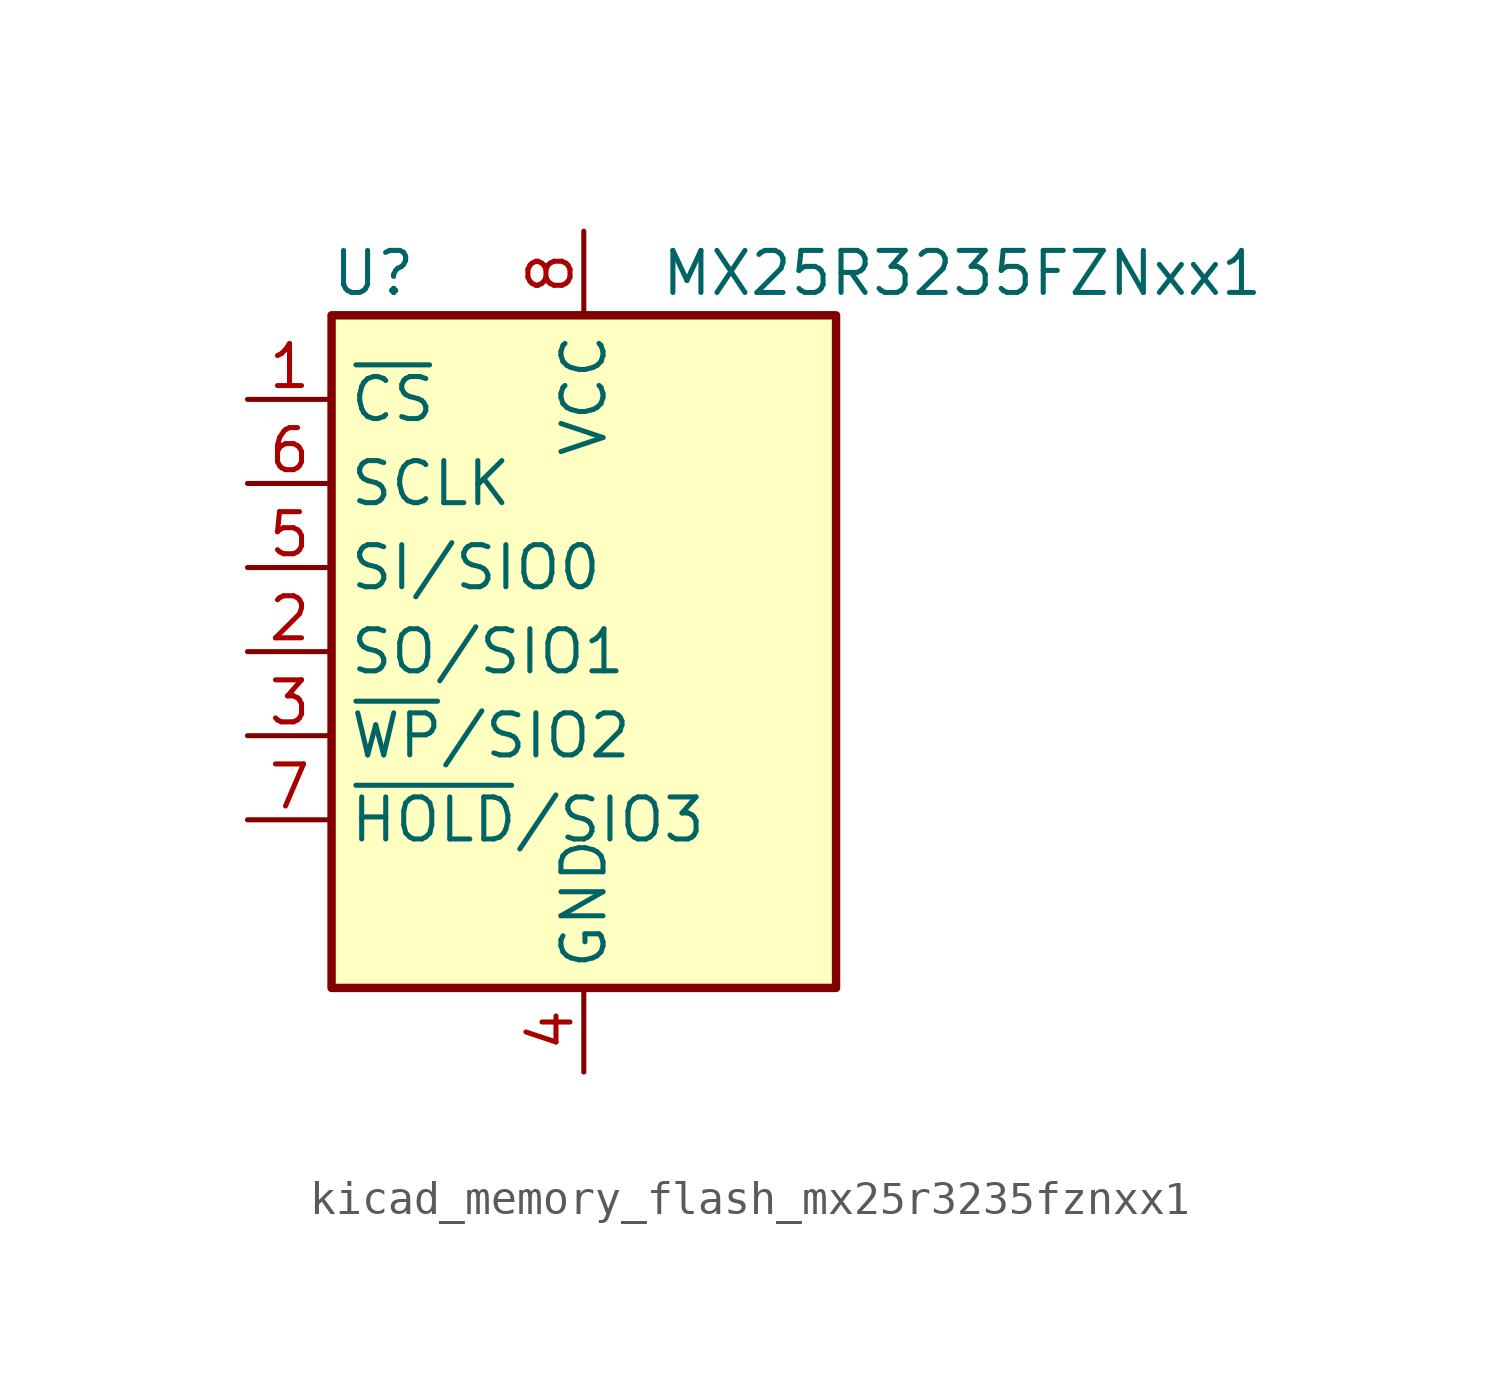
<source format=kicad_sym>
(kicad_symbol_lib
  (version 20220914)
  (generator kicad_symbol_editor)
  (symbol "kicad_memory_flash_mx25r3235fznxx1"
    (property "Reference" "U"
      (at -6.35 11.43 0)
      (effects (font (size 1.27 1.27))))
    (property "Value" "MX25R3235FZNxx1"
      (at 11.43 11.43 0)
      (effects (font (size 1.27 1.27))))
    (symbol "kicad_memory_flash_mx25r3235fznxx1_0_1"
      (rectangle (start -7.62 10.16) (end 7.62 -10.16) (stroke (width 0.254) (type default)) (fill (type background))))
    (symbol "kicad_memory_flash_mx25r3235fznxx1_1_1"
      (pin input line (at -10.16 7.62 0) (length 2.54) (name "~{CS}" (effects (font (size 1.27 1.27)))) (number "1" (effects (font (size 1.27 1.27)))))
      (pin bidirectional line (at -10.16 0 0) (length 2.54) (name "SO/SIO1" (effects (font (size 1.27 1.27)))) (number "2" (effects (font (size 1.27 1.27)))))
      (pin bidirectional line (at -10.16 -2.54 0) (length 2.54) (name "~{WP}/SIO2" (effects (font (size 1.27 1.27)))) (number "3" (effects (font (size 1.27 1.27)))))
      (pin power_in line (at 0 -12.7 90) (length 2.54) (name "GND" (effects (font (size 1.27 1.27)))) (number "4" (effects (font (size 1.27 1.27)))))
      (pin bidirectional line (at -10.16 2.54 0) (length 2.54) (name "SI/SIO0" (effects (font (size 1.27 1.27)))) (number "5" (effects (font (size 1.27 1.27)))))
      (pin input line (at -10.16 5.08 0) (length 2.54) (name "SCLK" (effects (font (size 1.27 1.27)))) (number "6" (effects (font (size 1.27 1.27)))))
      (pin bidirectional line (at -10.16 -5.08 0) (length 2.54) (name "~{HOLD}/SIO3" (effects (font (size 1.27 1.27)))) (number "7" (effects (font (size 1.27 1.27)))))
      (pin power_in line (at 0 12.7 270) (length 2.54) (name "VCC" (effects (font (size 1.27 1.27)))) (number "8" (effects (font (size 1.27 1.27)))))
      (pin passive line (at 0 -12.7 90) (length 2.54) hide (name "GND" (effects (font (size 1.27 1.27)))) (number "9" (effects (font (size 1.27 1.27))))))))
</source>
